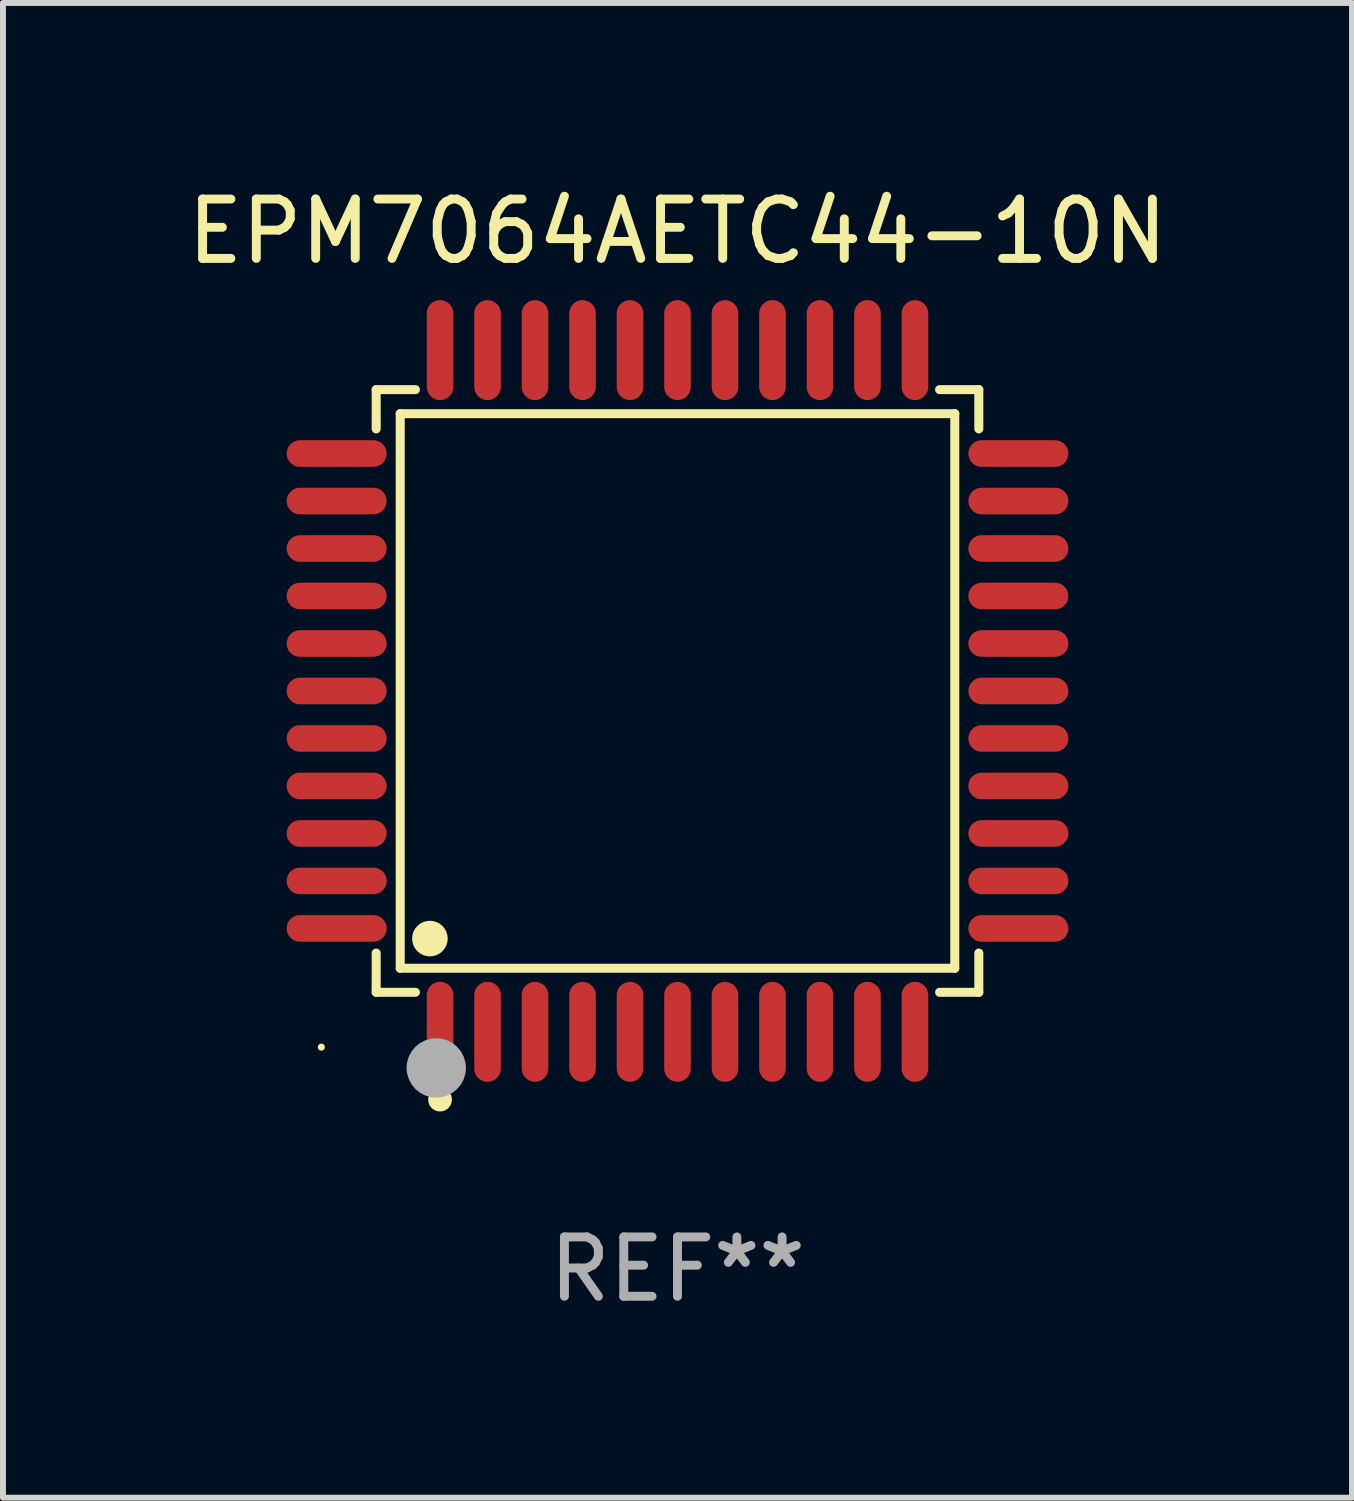
<source format=kicad_pcb>
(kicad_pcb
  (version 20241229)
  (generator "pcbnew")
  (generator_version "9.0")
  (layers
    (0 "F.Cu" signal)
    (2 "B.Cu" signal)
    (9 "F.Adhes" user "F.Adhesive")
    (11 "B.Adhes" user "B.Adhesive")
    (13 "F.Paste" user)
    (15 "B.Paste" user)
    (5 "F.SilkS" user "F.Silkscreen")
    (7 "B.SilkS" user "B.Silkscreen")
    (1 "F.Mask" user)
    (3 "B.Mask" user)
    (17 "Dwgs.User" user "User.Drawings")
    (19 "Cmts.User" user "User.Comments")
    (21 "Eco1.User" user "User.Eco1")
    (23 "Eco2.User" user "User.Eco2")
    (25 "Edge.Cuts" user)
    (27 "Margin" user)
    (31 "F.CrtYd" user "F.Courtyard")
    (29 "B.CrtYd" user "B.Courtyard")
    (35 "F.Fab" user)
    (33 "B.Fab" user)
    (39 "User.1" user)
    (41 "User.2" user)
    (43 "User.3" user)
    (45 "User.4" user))
  (footprint "EPM7064AETC44-10N"
    (layer "F.Cu")
    (at 8.363 8.59)
    (property "Reference" "EPM7064AETC44-10N" (at 0 -7.742 0) (layer "F.SilkS") (effects (font (size 1 1) (thickness 0.15))))
    (attr through_hole)
    (fp_line (start -5.076 -5.076) (end -4.415 -5.076) (stroke (width 0.152) (type solid)) (layer "F.SilkS"))
    (fp_line (start -5.076 -4.415) (end -5.076 -5.076) (stroke (width 0.152) (type solid)) (layer "F.SilkS"))
    (fp_line (start -5.076 4.415) (end -5.076 5.076) (stroke (width 0.152) (type solid)) (layer "F.SilkS"))
    (fp_line (start -5.076 5.076) (end -4.415 5.076) (stroke (width 0.152) (type solid)) (layer "F.SilkS"))
    (fp_line (start -4.671 -4.671) (end 4.671 -4.671) (stroke (width 0.152) (type solid)) (layer "F.SilkS"))
    (fp_line (start -4.671 4.671) (end -4.671 -4.671) (stroke (width 0.152) (type solid)) (layer "F.SilkS"))
    (fp_line (start 4.671 -4.671) (end 4.671 4.671) (stroke (width 0.152) (type solid)) (layer "F.SilkS"))
    (fp_line (start 4.671 4.671) (end -4.671 4.671) (stroke (width 0.152) (type solid)) (layer "F.SilkS"))
    (fp_line (start 5.076 -5.076) (end 4.415 -5.076) (stroke (width 0.152) (type solid)) (layer "F.SilkS"))
    (fp_line (start 5.076 -4.415) (end 5.076 -5.076) (stroke (width 0.152) (type solid)) (layer "F.SilkS"))
    (fp_line (start 5.076 4.415) (end 5.076 5.076) (stroke (width 0.152) (type solid)) (layer "F.SilkS"))
    (fp_line (start 5.076 5.076) (end 4.415 5.076) (stroke (width 0.152) (type solid)) (layer "F.SilkS"))
    (fp_circle (center -6 6) (end -5.97 6) (stroke (width 0.06) (type solid)) (fill no) (layer "F.SilkS"))
    (fp_circle (center -4.171 4.171) (end -4.021 4.171) (stroke (width 0.3) (type solid)) (fill no) (layer "F.SilkS"))
    (fp_circle (center -4 6.884) (end -3.9 6.884) (stroke (width 0.2) (type solid)) (fill no) (layer "F.SilkS"))
    (fp_circle (center -4.064 6.35) (end -3.814 6.35) (stroke (width 0.5) (type solid)) (fill no) (layer "F.Fab"))
    (fp_text user "REF**" (at 0 9.742 0) (layer "F.Fab") (effects (font (size 1 1) (thickness 0.15))))
    (pad "1" smd oval (at -4 5.742) (size 0.448 1.684) (layers "F.Cu" "F.Mask" "F.Paste"))
    (pad "2" smd oval (at -3.2 5.742) (size 0.448 1.684) (layers "F.Cu" "F.Mask" "F.Paste"))
    (pad "3" smd oval (at -2.4 5.742) (size 0.448 1.684) (layers "F.Cu" "F.Mask" "F.Paste"))
    (pad "4" smd oval (at -1.6 5.742) (size 0.448 1.684) (layers "F.Cu" "F.Mask" "F.Paste"))
    (pad "5" smd oval (at -0.8 5.742) (size 0.448 1.684) (layers "F.Cu" "F.Mask" "F.Paste"))
    (pad "6" smd oval (at 0 5.742) (size 0.448 1.684) (layers "F.Cu" "F.Mask" "F.Paste"))
    (pad "7" smd oval (at 0.8 5.742) (size 0.448 1.684) (layers "F.Cu" "F.Mask" "F.Paste"))
    (pad "8" smd oval (at 1.6 5.742) (size 0.448 1.684) (layers "F.Cu" "F.Mask" "F.Paste"))
    (pad "9" smd oval (at 2.4 5.742) (size 0.448 1.684) (layers "F.Cu" "F.Mask" "F.Paste"))
    (pad "10" smd oval (at 3.2 5.742) (size 0.448 1.684) (layers "F.Cu" "F.Mask" "F.Paste"))
    (pad "11" smd oval (at 4 5.742) (size 0.448 1.684) (layers "F.Cu" "F.Mask" "F.Paste"))
    (pad "12" smd oval (at 5.742 4) (size 1.684 0.448) (layers "F.Cu" "F.Mask" "F.Paste"))
    (pad "13" smd oval (at 5.742 3.2) (size 1.684 0.448) (layers "F.Cu" "F.Mask" "F.Paste"))
    (pad "14" smd oval (at 5.742 2.4) (size 1.684 0.448) (layers "F.Cu" "F.Mask" "F.Paste"))
    (pad "15" smd oval (at 5.742 1.6) (size 1.684 0.448) (layers "F.Cu" "F.Mask" "F.Paste"))
    (pad "16" smd oval (at 5.742 0.8) (size 1.684 0.448) (layers "F.Cu" "F.Mask" "F.Paste"))
    (pad "17" smd oval (at 5.742 0) (size 1.684 0.448) (layers "F.Cu" "F.Mask" "F.Paste"))
    (pad "18" smd oval (at 5.742 -0.8) (size 1.684 0.448) (layers "F.Cu" "F.Mask" "F.Paste"))
    (pad "19" smd oval (at 5.742 -1.6) (size 1.684 0.448) (layers "F.Cu" "F.Mask" "F.Paste"))
    (pad "20" smd oval (at 5.742 -2.4) (size 1.684 0.448) (layers "F.Cu" "F.Mask" "F.Paste"))
    (pad "21" smd oval (at 5.742 -3.2) (size 1.684 0.448) (layers "F.Cu" "F.Mask" "F.Paste"))
    (pad "22" smd oval (at 5.742 -4) (size 1.684 0.448) (layers "F.Cu" "F.Mask" "F.Paste"))
    (pad "23" smd oval (at 4 -5.742) (size 0.448 1.684) (layers "F.Cu" "F.Mask" "F.Paste"))
    (pad "24" smd oval (at 3.2 -5.742) (size 0.448 1.684) (layers "F.Cu" "F.Mask" "F.Paste"))
    (pad "25" smd oval (at 2.4 -5.742) (size 0.448 1.684) (layers "F.Cu" "F.Mask" "F.Paste"))
    (pad "26" smd oval (at 1.6 -5.742) (size 0.448 1.684) (layers "F.Cu" "F.Mask" "F.Paste"))
    (pad "27" smd oval (at 0.8 -5.742) (size 0.448 1.684) (layers "F.Cu" "F.Mask" "F.Paste"))
    (pad "28" smd oval (at 0 -5.742) (size 0.448 1.684) (layers "F.Cu" "F.Mask" "F.Paste"))
    (pad "29" smd oval (at -0.8 -5.742) (size 0.448 1.684) (layers "F.Cu" "F.Mask" "F.Paste"))
    (pad "30" smd oval (at -1.6 -5.742) (size 0.448 1.684) (layers "F.Cu" "F.Mask" "F.Paste"))
    (pad "31" smd oval (at -2.4 -5.742) (size 0.448 1.684) (layers "F.Cu" "F.Mask" "F.Paste"))
    (pad "32" smd oval (at -3.2 -5.742) (size 0.448 1.684) (layers "F.Cu" "F.Mask" "F.Paste"))
    (pad "33" smd oval (at -4 -5.742) (size 0.448 1.684) (layers "F.Cu" "F.Mask" "F.Paste"))
    (pad "34" smd oval (at -5.742 -4) (size 1.684 0.448) (layers "F.Cu" "F.Mask" "F.Paste"))
    (pad "35" smd oval (at -5.742 -3.2) (size 1.684 0.448) (layers "F.Cu" "F.Mask" "F.Paste"))
    (pad "36" smd oval (at -5.742 -2.4) (size 1.684 0.448) (layers "F.Cu" "F.Mask" "F.Paste"))
    (pad "37" smd oval (at -5.742 -1.6) (size 1.684 0.448) (layers "F.Cu" "F.Mask" "F.Paste"))
    (pad "38" smd oval (at -5.742 -0.8) (size 1.684 0.448) (layers "F.Cu" "F.Mask" "F.Paste"))
    (pad "39" smd oval (at -5.742 0) (size 1.684 0.448) (layers "F.Cu" "F.Mask" "F.Paste"))
    (pad "40" smd oval (at -5.742 0.8) (size 1.684 0.448) (layers "F.Cu" "F.Mask" "F.Paste"))
    (pad "41" smd oval (at -5.742 1.6) (size 1.684 0.448) (layers "F.Cu" "F.Mask" "F.Paste"))
    (pad "42" smd oval (at -5.742 2.4) (size 1.684 0.448) (layers "F.Cu" "F.Mask" "F.Paste"))
    (pad "43" smd oval (at -5.742 3.2) (size 1.684 0.448) (layers "F.Cu" "F.Mask" "F.Paste"))
    (pad "44" smd oval (at -5.742 4) (size 1.684 0.448) (layers "F.Cu" "F.Mask" "F.Paste")))
  (gr_rect
    (start -3 -3)
    (end 19.726 22.18)
    (stroke (width 0.1) (type default))
    (fill no)
    (layer "Edge.Cuts")))
</source>
